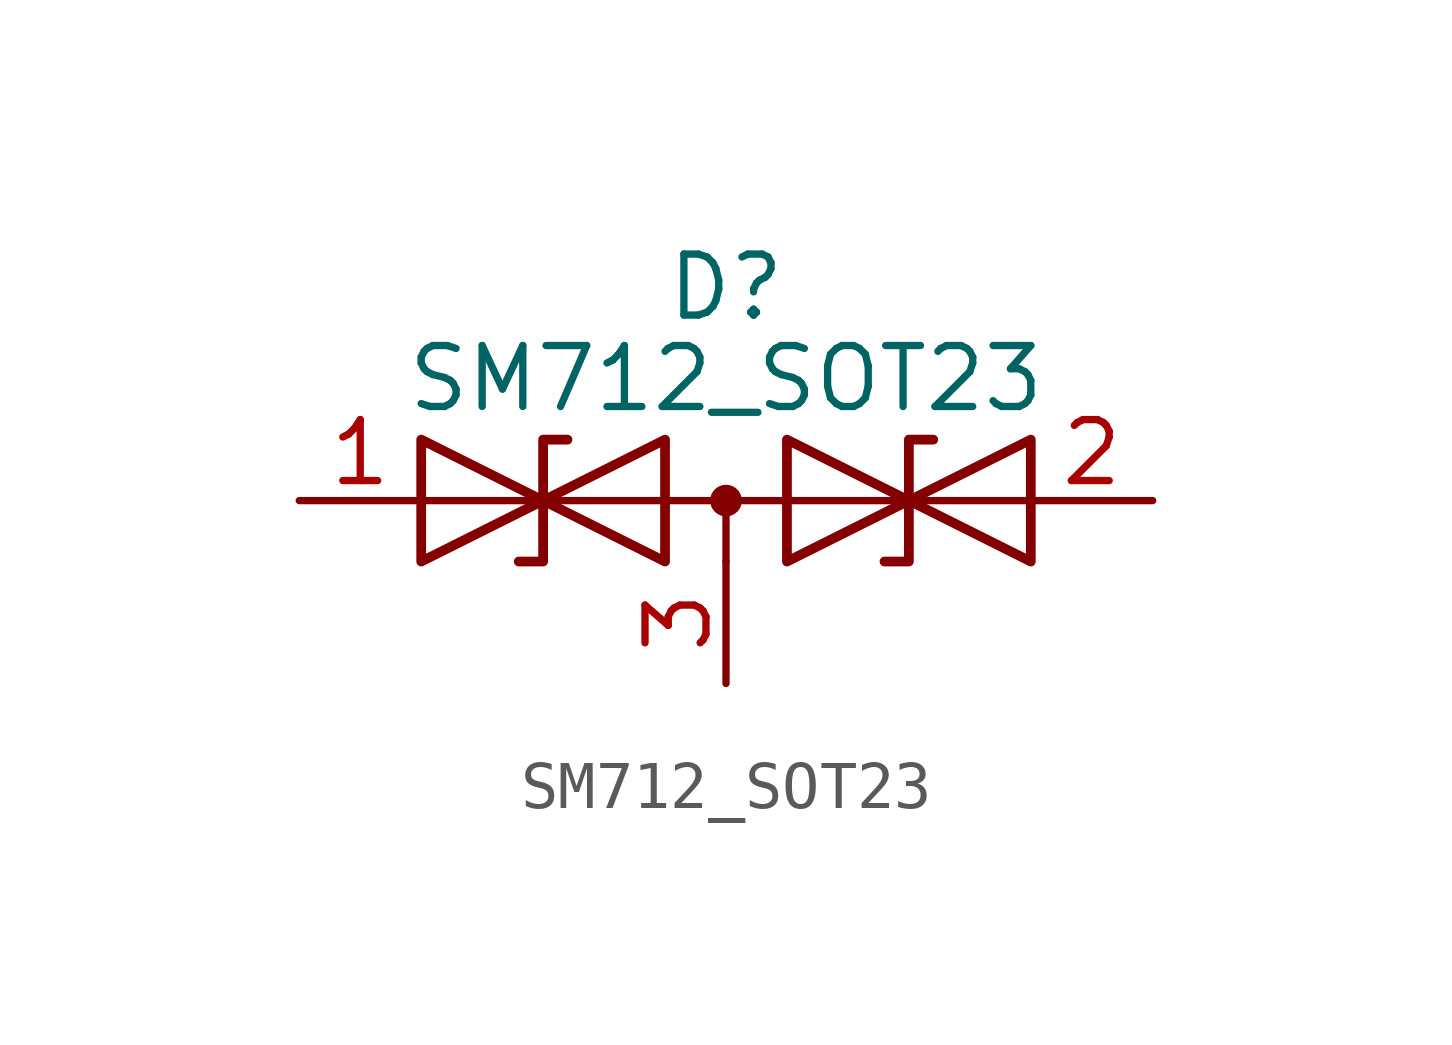
<source format=kicad_sym>
(kicad_symbol_lib
  (version 20241209)
  (generator "kicad_symbol_editor")
  (generator_version "9.0")
  (symbol "SM712_SOT23"
    (pin_names
      (offset 1.016)
      (hide yes))
    (property "Reference" "D"
      (at 0 4.445 0)
      (effects (font (size 1.27 1.27))))
    (property "Value" "SM712_SOT23"
      (at 0 2.54 0)
      (effects (font (size 1.27 1.27))))
    (symbol "SM712_SOT23_0_0"
      (polyline (pts (xy 0 -1.27) (xy 0 0)) (stroke (width 0) (type default)) (fill (type none))))
    (symbol "SM712_SOT23_0_1"
      (polyline (pts (xy -6.35 0) (xy 6.35 0)) (stroke (width 0) (type default)) (fill (type none)))
      (polyline (pts (xy -6.35 -1.27) (xy -1.27 1.27) (xy -1.27 -1.27) (xy -6.35 1.27) (xy -6.35 -1.27)) (stroke (width 0.203) (type default)) (fill (type none)))
      (polyline (pts (xy -3.302 1.27) (xy -3.81 1.27) (xy -3.81 -1.27) (xy -4.318 -1.27)) (stroke (width 0.203) (type default)) (fill (type none)))
      (circle (center 0 0) (radius 0.254) (stroke (width 0) (type default)) (fill (type outline)))
      (polyline (pts (xy 1.27 -1.27) (xy 1.27 1.27) (xy 6.35 -1.27) (xy 6.35 1.27) (xy 1.27 -1.27)) (stroke (width 0.203) (type default)) (fill (type none)))
      (polyline (pts (xy 4.318 1.27) (xy 3.81 1.27) (xy 3.81 -1.27) (xy 3.302 -1.27)) (stroke (width 0.203) (type default)) (fill (type none))))
    (symbol "SM712_SOT23_1_1"
      (pin passive line (at -8.89 0 0) (length 2.54) (name "A1" (effects (font (size 1.27 1.27)))) (number "1" (effects (font (size 1.27 1.27)))))
      (pin input line (at 0 -3.81 90) (length 2.54) (name "common" (effects (font (size 1.27 1.27)))) (number "3" (effects (font (size 1.27 1.27)))))
      (pin passive line (at 8.89 0 180) (length 2.54) (name "A2" (effects (font (size 1.27 1.27)))) (number "2" (effects (font (size 1.27 1.27))))))))
</source>
